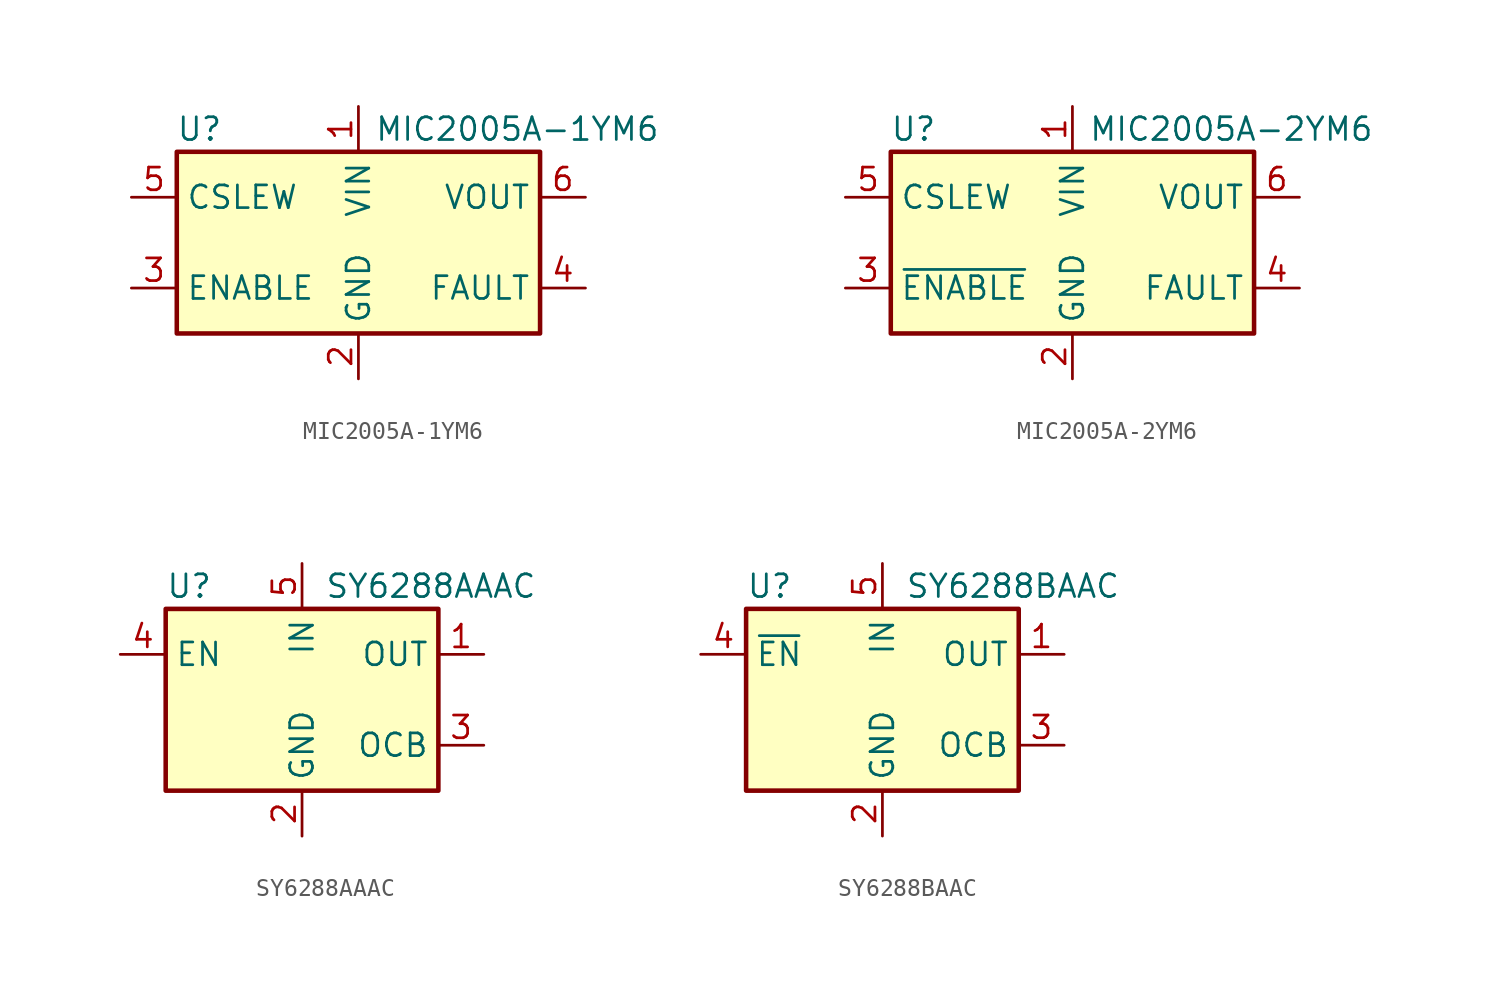
<source format=kicad_sym>
(kicad_symbol_lib
  (version 20220914)
  (generator kicad_symbol_editor)
  (symbol "MIC2005A-1YM6"
    (property "Reference" "U"
      (at -8.89 6.35 0)
      (effects (font (size 1.27 1.27))))
    (property "Value" "MIC2005A-1YM6"
      (at 8.89 6.35 0)
      (effects (font (size 1.27 1.27))))
    (symbol "MIC2005A-1YM6_0_1"
      (rectangle (start -10.16 5.08) (end 10.16 -5.08) (stroke (width 0.254) (type default)) (fill (type background))))
    (symbol "MIC2005A-1YM6_1_1"
      (pin power_in line (at 0 7.62 270) (length 2.54) (name "VIN" (effects (font (size 1.27 1.27)))) (number "1" (effects (font (size 1.27 1.27)))))
      (pin power_in line (at 0 -7.62 90) (length 2.54) (name "GND" (effects (font (size 1.27 1.27)))) (number "2" (effects (font (size 1.27 1.27)))))
      (pin input line (at -12.7 -2.54 0) (length 2.54) (name "ENABLE" (effects (font (size 1.27 1.27)))) (number "3" (effects (font (size 1.27 1.27)))))
      (pin open_collector line (at 12.7 -2.54 180) (length 2.54) (name "FAULT" (effects (font (size 1.27 1.27)))) (number "4" (effects (font (size 1.27 1.27)))))
      (pin input line (at -12.7 2.54 0) (length 2.54) (name "CSLEW" (effects (font (size 1.27 1.27)))) (number "5" (effects (font (size 1.27 1.27)))))
      (pin power_out line (at 12.7 2.54 180) (length 2.54) (name "VOUT" (effects (font (size 1.27 1.27)))) (number "6" (effects (font (size 1.27 1.27)))))))
  (symbol "MIC2005A-2YM6"
    (property "Reference" "U"
      (at -8.89 6.35 0)
      (effects (font (size 1.27 1.27))))
    (property "Value" "MIC2005A-2YM6"
      (at 8.89 6.35 0)
      (effects (font (size 1.27 1.27))))
    (symbol "MIC2005A-2YM6_0_1"
      (rectangle (start -10.16 5.08) (end 10.16 -5.08) (stroke (width 0.254) (type default)) (fill (type background))))
    (symbol "MIC2005A-2YM6_1_1"
      (pin power_in line (at 0 7.62 270) (length 2.54) (name "VIN" (effects (font (size 1.27 1.27)))) (number "1" (effects (font (size 1.27 1.27)))))
      (pin power_in line (at 0 -7.62 90) (length 2.54) (name "GND" (effects (font (size 1.27 1.27)))) (number "2" (effects (font (size 1.27 1.27)))))
      (pin input line (at -12.7 -2.54 0) (length 2.54) (name "~{ENABLE}" (effects (font (size 1.27 1.27)))) (number "3" (effects (font (size 1.27 1.27)))))
      (pin open_collector line (at 12.7 -2.54 180) (length 2.54) (name "FAULT" (effects (font (size 1.27 1.27)))) (number "4" (effects (font (size 1.27 1.27)))))
      (pin input line (at -12.7 2.54 0) (length 2.54) (name "CSLEW" (effects (font (size 1.27 1.27)))) (number "5" (effects (font (size 1.27 1.27)))))
      (pin power_out line (at 12.7 2.54 180) (length 2.54) (name "VOUT" (effects (font (size 1.27 1.27)))) (number "6" (effects (font (size 1.27 1.27)))))))
  (symbol "SY6288AAAC"
    (property "Reference" "U"
      (at -7.62 6.35 0)
      (effects (font (size 1.27 1.27)) (justify left)))
    (property "Value" "SY6288AAAC"
      (at 1.27 6.35 0)
      (effects (font (size 1.27 1.27)) (justify left)))
    (symbol "SY6288AAAC_0_1"
      (rectangle (start -7.62 5.08) (end 7.62 -5.08) (stroke (width 0.254) (type default)) (fill (type background))))
    (symbol "SY6288AAAC_1_1"
      (pin power_out line (at 10.16 2.54 180) (length 2.54) (name "OUT" (effects (font (size 1.27 1.27)))) (number "1" (effects (font (size 1.27 1.27)))))
      (pin power_in line (at 0 -7.62 90) (length 2.54) (name "GND" (effects (font (size 1.27 1.27)))) (number "2" (effects (font (size 1.27 1.27)))))
      (pin open_collector line (at 10.16 -2.54 180) (length 2.54) (name "OCB" (effects (font (size 1.27 1.27)))) (number "3" (effects (font (size 1.27 1.27)))))
      (pin input line (at -10.16 2.54 0) (length 2.54) (name "EN" (effects (font (size 1.27 1.27)))) (number "4" (effects (font (size 1.27 1.27)))))
      (pin power_in line (at 0 7.62 270) (length 2.54) (name "IN" (effects (font (size 1.27 1.27)))) (number "5" (effects (font (size 1.27 1.27)))))))
  (symbol "SY6288BAAC"
    (property "Reference" "U"
      (at -7.62 6.35 0)
      (effects (font (size 1.27 1.27)) (justify left)))
    (property "Value" "SY6288BAAC"
      (at 1.27 6.35 0)
      (effects (font (size 1.27 1.27)) (justify left)))
    (symbol "SY6288BAAC_0_1"
      (rectangle (start -7.62 5.08) (end 7.62 -5.08) (stroke (width 0.254) (type default)) (fill (type background))))
    (symbol "SY6288BAAC_1_1"
      (pin power_out line (at 10.16 2.54 180) (length 2.54) (name "OUT" (effects (font (size 1.27 1.27)))) (number "1" (effects (font (size 1.27 1.27)))))
      (pin power_in line (at 0 -7.62 90) (length 2.54) (name "GND" (effects (font (size 1.27 1.27)))) (number "2" (effects (font (size 1.27 1.27)))))
      (pin open_collector line (at 10.16 -2.54 180) (length 2.54) (name "OCB" (effects (font (size 1.27 1.27)))) (number "3" (effects (font (size 1.27 1.27)))))
      (pin input line (at -10.16 2.54 0) (length 2.54) (name "~{EN}" (effects (font (size 1.27 1.27)))) (number "4" (effects (font (size 1.27 1.27)))))
      (pin power_in line (at 0 7.62 270) (length 2.54) (name "IN" (effects (font (size 1.27 1.27)))) (number "5" (effects (font (size 1.27 1.27))))))))
</source>
